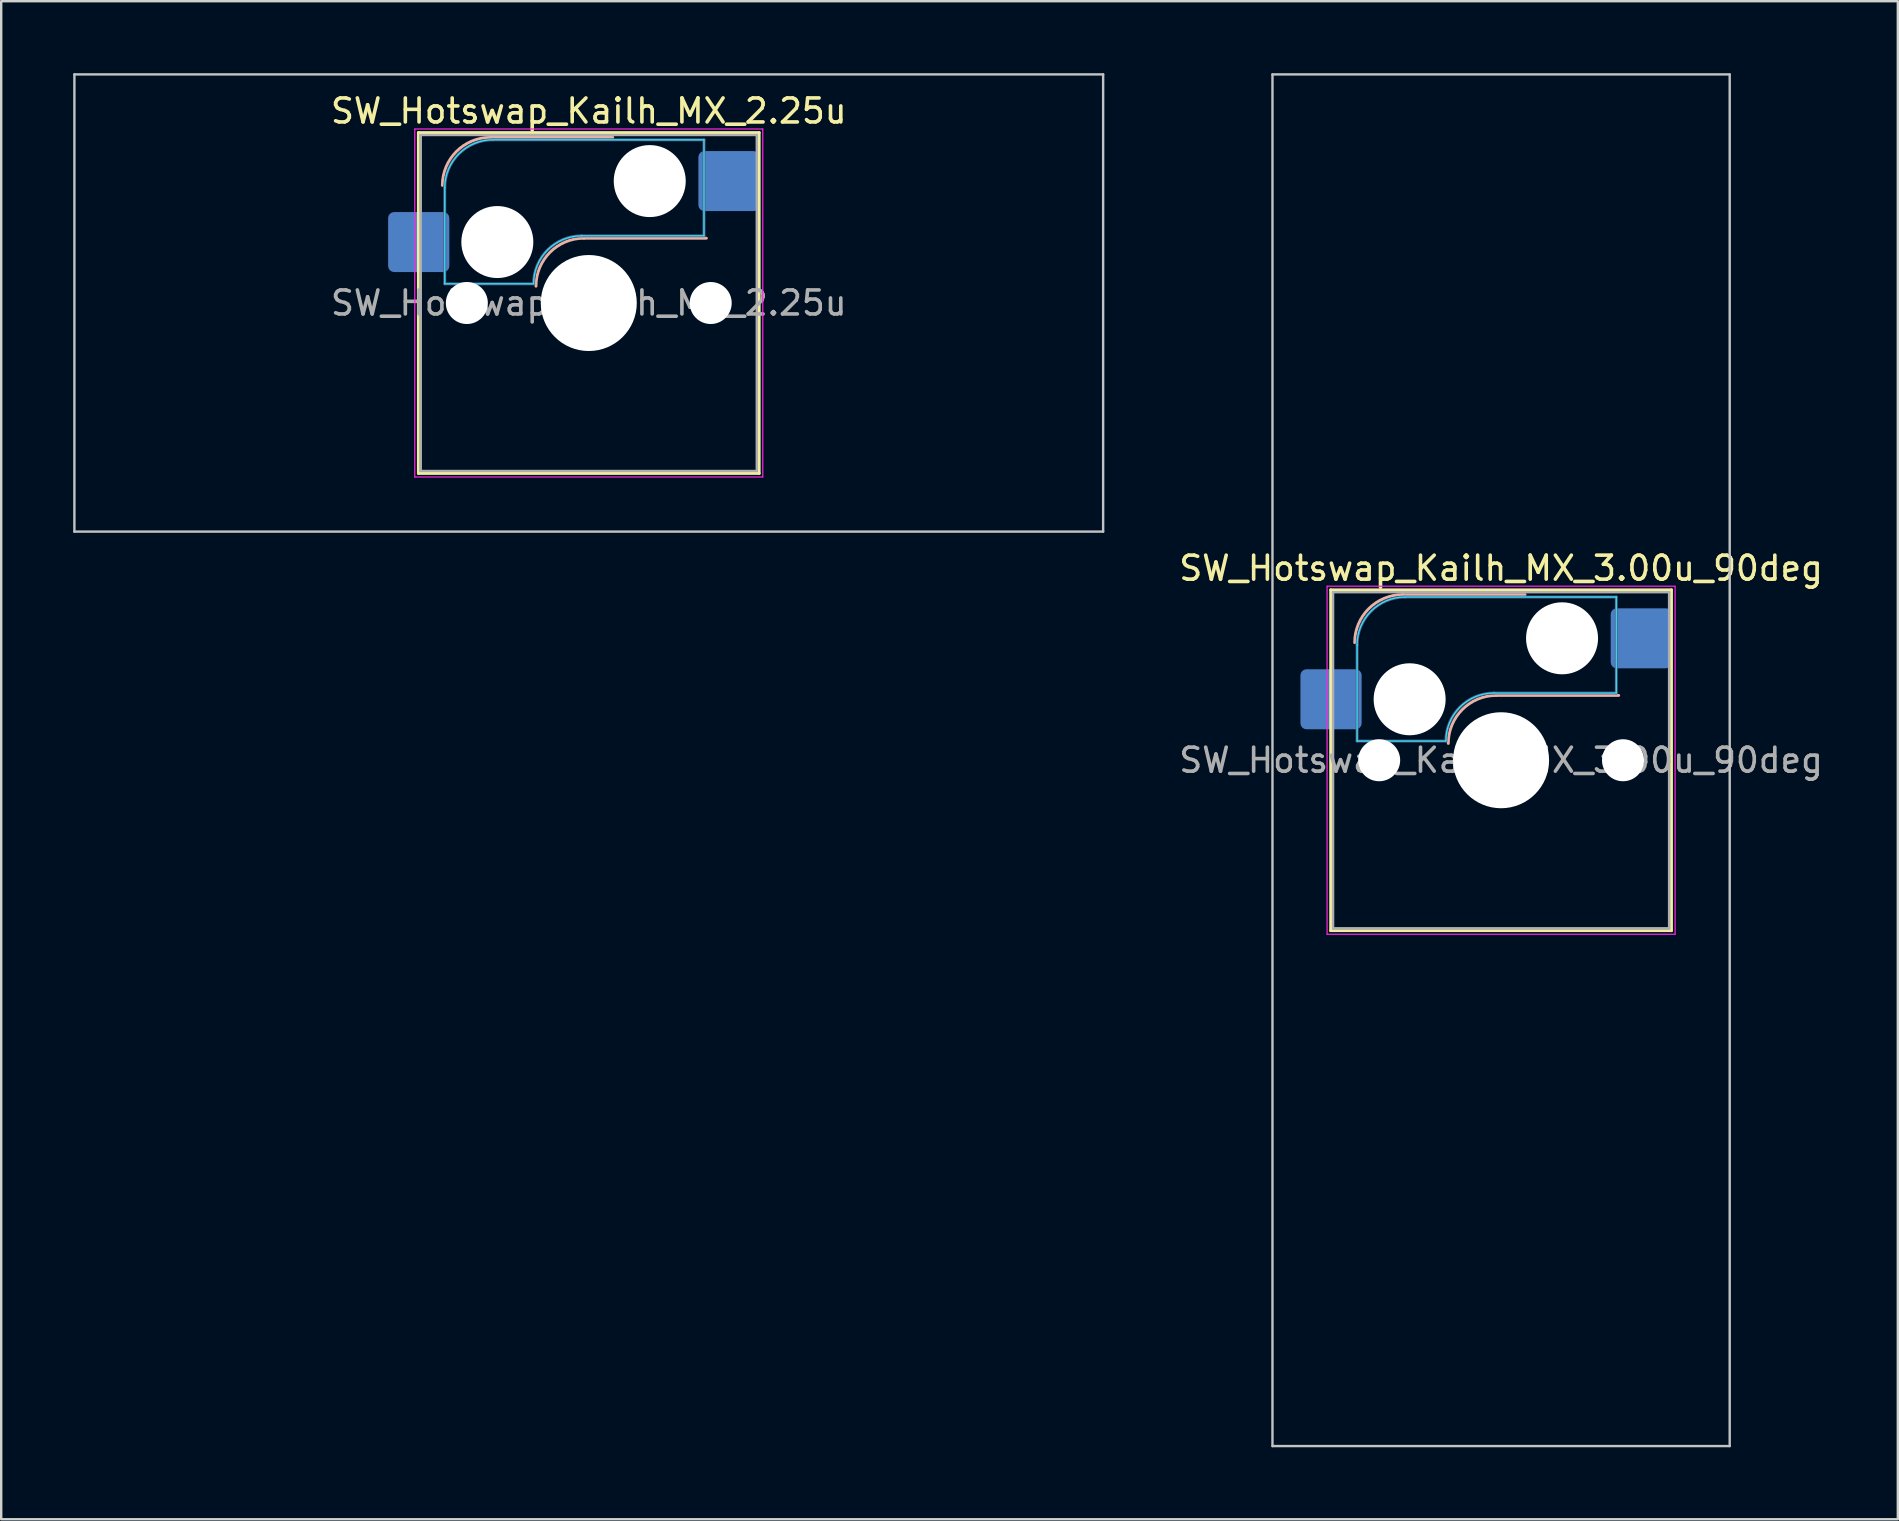
<source format=kicad_pcb>
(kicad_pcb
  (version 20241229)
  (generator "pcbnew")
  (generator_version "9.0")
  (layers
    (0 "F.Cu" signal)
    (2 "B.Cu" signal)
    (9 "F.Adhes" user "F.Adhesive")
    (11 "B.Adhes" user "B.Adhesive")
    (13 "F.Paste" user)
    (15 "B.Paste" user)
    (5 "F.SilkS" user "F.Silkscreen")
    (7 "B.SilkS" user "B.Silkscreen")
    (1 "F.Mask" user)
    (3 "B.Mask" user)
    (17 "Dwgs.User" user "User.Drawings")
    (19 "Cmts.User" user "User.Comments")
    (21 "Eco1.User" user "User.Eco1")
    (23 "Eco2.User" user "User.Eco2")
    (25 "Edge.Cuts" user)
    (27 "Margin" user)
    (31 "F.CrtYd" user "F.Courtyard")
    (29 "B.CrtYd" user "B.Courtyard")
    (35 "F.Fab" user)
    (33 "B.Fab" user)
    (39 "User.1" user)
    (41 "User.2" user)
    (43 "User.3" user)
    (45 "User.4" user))
  (footprint "SW_Hotswap_Kailh_MX_3.00u_90deg"
    (layer "F.Cu")
    (at 59.492 28.625)
    (property "Reference" "SW_Hotswap_Kailh_MX_3.00u_90deg" (at 0 -8 0) (layer "F.SilkS") (effects (font (size 1 1) (thickness 0.15))))
    (attr smd)
    (fp_line (start -7.1 -7.1) (end -7.1 7.1) (stroke (width 0.12) (type solid)) (layer "F.SilkS"))
    (fp_line (start -7.1 7.1) (end 7.1 7.1) (stroke (width 0.12) (type solid)) (layer "F.SilkS"))
    (fp_line (start 7.1 -7.1) (end -7.1 -7.1) (stroke (width 0.12) (type solid)) (layer "F.SilkS"))
    (fp_line (start 7.1 7.1) (end 7.1 -7.1) (stroke (width 0.12) (type solid)) (layer "F.SilkS"))
    (fp_line (start -4.1 -6.9) (end 1 -6.9) (stroke (width 0.12) (type solid)) (layer "B.SilkS"))
    (fp_line (start -0.2 -2.7) (end 4.9 -2.7) (stroke (width 0.12) (type solid)) (layer "B.SilkS"))
    (fp_arc (start -6.1 -4.9) (mid -5.514214 -6.314214) (end -4.1 -6.9) (stroke (width 0.12) (type solid)) (layer "B.SilkS"))
    (fp_arc (start -2.2 -0.7) (mid -1.614214 -2.114214) (end -0.2 -2.7) (stroke (width 0.12) (type solid)) (layer "B.SilkS"))
    (fp_line (start -9.525 -28.575) (end 9.525 -28.575) (stroke (width 0.1) (type solid)) (layer "Dwgs.User"))
    (fp_line (start -9.525 28.575) (end -9.525 -28.575) (stroke (width 0.1) (type solid)) (layer "Dwgs.User"))
    (fp_line (start 9.525 -28.575) (end 9.525 28.575) (stroke (width 0.1) (type solid)) (layer "Dwgs.User"))
    (fp_line (start 9.525 28.575) (end -9.525 28.575) (stroke (width 0.1) (type solid)) (layer "Dwgs.User"))
    (fp_line (start -7.8 -6) (end -7 -6) (stroke (width 0.1) (type solid)) (layer "Eco1.User"))
    (fp_line (start -7.8 -2.9) (end -7.8 -6) (stroke (width 0.1) (type solid)) (layer "Eco1.User"))
    (fp_line (start -7.8 2.9) (end -7 2.9) (stroke (width 0.1) (type solid)) (layer "Eco1.User"))
    (fp_line (start -7.8 6) (end -7.8 2.9) (stroke (width 0.1) (type solid)) (layer "Eco1.User"))
    (fp_line (start -7 -7) (end 7 -7) (stroke (width 0.1) (type solid)) (layer "Eco1.User"))
    (fp_line (start -7 -6) (end -7 -7) (stroke (width 0.1) (type solid)) (layer "Eco1.User"))
    (fp_line (start -7 -2.9) (end -7.8 -2.9) (stroke (width 0.1) (type solid)) (layer "Eco1.User"))
    (fp_line (start -7 2.9) (end -7 -2.9) (stroke (width 0.1) (type solid)) (layer "Eco1.User"))
    (fp_line (start -7 6) (end -7.8 6) (stroke (width 0.1) (type solid)) (layer "Eco1.User"))
    (fp_line (start -7 7) (end -7 6) (stroke (width 0.1) (type solid)) (layer "Eco1.User"))
    (fp_line (start 7 -7) (end 7 -6) (stroke (width 0.1) (type solid)) (layer "Eco1.User"))
    (fp_line (start 7 -6) (end 7.8 -6) (stroke (width 0.1) (type solid)) (layer "Eco1.User"))
    (fp_line (start 7 -2.9) (end 7 2.9) (stroke (width 0.1) (type solid)) (layer "Eco1.User"))
    (fp_line (start 7 2.9) (end 7.8 2.9) (stroke (width 0.1) (type solid)) (layer "Eco1.User"))
    (fp_line (start 7 6) (end 7 7) (stroke (width 0.1) (type solid)) (layer "Eco1.User"))
    (fp_line (start 7 7) (end -7 7) (stroke (width 0.1) (type solid)) (layer "Eco1.User"))
    (fp_line (start 7.8 -6) (end 7.8 -2.9) (stroke (width 0.1) (type solid)) (layer "Eco1.User"))
    (fp_line (start 7.8 -2.9) (end 7 -2.9) (stroke (width 0.1) (type solid)) (layer "Eco1.User"))
    (fp_line (start 7.8 2.9) (end 7.8 6) (stroke (width 0.1) (type solid)) (layer "Eco1.User"))
    (fp_line (start 7.8 6) (end 7 6) (stroke (width 0.1) (type solid)) (layer "Eco1.User"))
    (fp_line (start -6 -0.8) (end -6 -4.8) (stroke (width 0.05) (type solid)) (layer "B.CrtYd"))
    (fp_line (start -6 -0.8) (end -2.3 -0.8) (stroke (width 0.05) (type solid)) (layer "B.CrtYd"))
    (fp_line (start -4 -6.8) (end 4.8 -6.8) (stroke (width 0.05) (type solid)) (layer "B.CrtYd"))
    (fp_line (start -0.3 -2.8) (end 4.8 -2.8) (stroke (width 0.05) (type solid)) (layer "B.CrtYd"))
    (fp_line (start 4.8 -6.8) (end 4.8 -2.8) (stroke (width 0.05) (type solid)) (layer "B.CrtYd"))
    (fp_arc (start -6 -4.8) (mid -5.414214 -6.214214) (end -4 -6.8) (stroke (width 0.05) (type solid)) (layer "B.CrtYd"))
    (fp_arc (start -2.3 -0.8) (mid -1.714214 -2.214214) (end -0.3 -2.8) (stroke (width 0.05) (type solid)) (layer "B.CrtYd"))
    (fp_line (start -7.25 -7.25) (end -7.25 7.25) (stroke (width 0.05) (type solid)) (layer "F.CrtYd"))
    (fp_line (start -7.25 7.25) (end 7.25 7.25) (stroke (width 0.05) (type solid)) (layer "F.CrtYd"))
    (fp_line (start 7.25 -7.25) (end -7.25 -7.25) (stroke (width 0.05) (type solid)) (layer "F.CrtYd"))
    (fp_line (start 7.25 7.25) (end 7.25 -7.25) (stroke (width 0.05) (type solid)) (layer "F.CrtYd"))
    (fp_line (start -6 -0.8) (end -6 -4.8) (stroke (width 0.12) (type solid)) (layer "B.Fab"))
    (fp_line (start -6 -0.8) (end -2.3 -0.8) (stroke (width 0.12) (type solid)) (layer "B.Fab"))
    (fp_line (start -4 -6.8) (end 4.8 -6.8) (stroke (width 0.12) (type solid)) (layer "B.Fab"))
    (fp_line (start -0.3 -2.8) (end 4.8 -2.8) (stroke (width 0.12) (type solid)) (layer "B.Fab"))
    (fp_line (start 4.8 -6.8) (end 4.8 -2.8) (stroke (width 0.12) (type solid)) (layer "B.Fab"))
    (fp_arc (start -6 -4.8) (mid -5.414214 -6.214214) (end -4 -6.8) (stroke (width 0.12) (type solid)) (layer "B.Fab"))
    (fp_arc (start -2.3 -0.8) (mid -1.714214 -2.214214) (end -0.3 -2.8) (stroke (width 0.12) (type solid)) (layer "B.Fab"))
    (fp_line (start -7 -7) (end -7 7) (stroke (width 0.1) (type solid)) (layer "F.Fab"))
    (fp_line (start -7 7) (end 7 7) (stroke (width 0.1) (type solid)) (layer "F.Fab"))
    (fp_line (start 7 -7) (end -7 -7) (stroke (width 0.1) (type solid)) (layer "F.Fab"))
    (fp_line (start 7 7) (end 7 -7) (stroke (width 0.1) (type solid)) (layer "F.Fab"))
    (fp_text user "${REFERENCE}" (at 0 0 0) (layer "F.Fab") (effects (font (size 1 1) (thickness 0.15))))
    (pad "" np_thru_hole circle (at -5.08 0) (size 1.75 1.75) (drill 1.75) (layers "*.Cu" "*.Mask"))
    (pad "" np_thru_hole circle (at -3.81 -2.54) (size 3 3) (drill 3) (layers "*.Cu" "*.Mask"))
    (pad "" np_thru_hole circle (at 0 0) (size 4 4) (drill 4) (layers "*.Cu" "*.Mask"))
    (pad "" np_thru_hole circle (at 2.54 -5.08) (size 3 3) (drill 3) (layers "*.Cu" "*.Mask"))
    (pad "" np_thru_hole circle (at 5.08 0) (size 1.75 1.75) (drill 1.75) (layers "*.Cu" "*.Mask"))
    (pad "1" smd roundrect (at -7.085 -2.54) (size 2.55 2.5) (layers "B.Cu" "B.Mask" "B.Paste") (roundrect_rratio 0.1))
    (pad "2" smd roundrect (at 5.842 -5.08) (size 2.55 2.5) (layers "B.Cu" "B.Mask" "B.Paste") (roundrect_rratio 0.1)))
  (footprint "SW_Hotswap_Kailh_MX_2.25u"
    (layer "F.Cu")
    (at 21.481 9.575)
    (property "Reference" "SW_Hotswap_Kailh_MX_2.25u" (at 0 -8 0) (layer "F.SilkS") (effects (font (size 1 1) (thickness 0.15))))
    (attr smd)
    (fp_line (start -7.1 -7.1) (end -7.1 7.1) (stroke (width 0.12) (type solid)) (layer "F.SilkS"))
    (fp_line (start -7.1 7.1) (end 7.1 7.1) (stroke (width 0.12) (type solid)) (layer "F.SilkS"))
    (fp_line (start 7.1 -7.1) (end -7.1 -7.1) (stroke (width 0.12) (type solid)) (layer "F.SilkS"))
    (fp_line (start 7.1 7.1) (end 7.1 -7.1) (stroke (width 0.12) (type solid)) (layer "F.SilkS"))
    (fp_line (start -4.1 -6.9) (end 1 -6.9) (stroke (width 0.12) (type solid)) (layer "B.SilkS"))
    (fp_line (start -0.2 -2.7) (end 4.9 -2.7) (stroke (width 0.12) (type solid)) (layer "B.SilkS"))
    (fp_arc (start -6.1 -4.9) (mid -5.514214 -6.314214) (end -4.1 -6.9) (stroke (width 0.12) (type solid)) (layer "B.SilkS"))
    (fp_arc (start -2.2 -0.7) (mid -1.614214 -2.114214) (end -0.2 -2.7) (stroke (width 0.12) (type solid)) (layer "B.SilkS"))
    (fp_line (start -21.431 -9.525) (end -21.431 9.525) (stroke (width 0.1) (type solid)) (layer "Dwgs.User"))
    (fp_line (start -21.431 9.525) (end 21.431 9.525) (stroke (width 0.1) (type solid)) (layer "Dwgs.User"))
    (fp_line (start 21.431 -9.525) (end -21.431 -9.525) (stroke (width 0.1) (type solid)) (layer "Dwgs.User"))
    (fp_line (start 21.431 9.525) (end 21.431 -9.525) (stroke (width 0.1) (type solid)) (layer "Dwgs.User"))
    (fp_line (start -7.8 -6) (end -7 -6) (stroke (width 0.1) (type solid)) (layer "Eco1.User"))
    (fp_line (start -7.8 -2.9) (end -7.8 -6) (stroke (width 0.1) (type solid)) (layer "Eco1.User"))
    (fp_line (start -7.8 2.9) (end -7 2.9) (stroke (width 0.1) (type solid)) (layer "Eco1.User"))
    (fp_line (start -7.8 6) (end -7.8 2.9) (stroke (width 0.1) (type solid)) (layer "Eco1.User"))
    (fp_line (start -7 -7) (end 7 -7) (stroke (width 0.1) (type solid)) (layer "Eco1.User"))
    (fp_line (start -7 -6) (end -7 -7) (stroke (width 0.1) (type solid)) (layer "Eco1.User"))
    (fp_line (start -7 -2.9) (end -7.8 -2.9) (stroke (width 0.1) (type solid)) (layer "Eco1.User"))
    (fp_line (start -7 2.9) (end -7 -2.9) (stroke (width 0.1) (type solid)) (layer "Eco1.User"))
    (fp_line (start -7 6) (end -7.8 6) (stroke (width 0.1) (type solid)) (layer "Eco1.User"))
    (fp_line (start -7 7) (end -7 6) (stroke (width 0.1) (type solid)) (layer "Eco1.User"))
    (fp_line (start 7 -7) (end 7 -6) (stroke (width 0.1) (type solid)) (layer "Eco1.User"))
    (fp_line (start 7 -6) (end 7.8 -6) (stroke (width 0.1) (type solid)) (layer "Eco1.User"))
    (fp_line (start 7 -2.9) (end 7 2.9) (stroke (width 0.1) (type solid)) (layer "Eco1.User"))
    (fp_line (start 7 2.9) (end 7.8 2.9) (stroke (width 0.1) (type solid)) (layer "Eco1.User"))
    (fp_line (start 7 6) (end 7 7) (stroke (width 0.1) (type solid)) (layer "Eco1.User"))
    (fp_line (start 7 7) (end -7 7) (stroke (width 0.1) (type solid)) (layer "Eco1.User"))
    (fp_line (start 7.8 -6) (end 7.8 -2.9) (stroke (width 0.1) (type solid)) (layer "Eco1.User"))
    (fp_line (start 7.8 -2.9) (end 7 -2.9) (stroke (width 0.1) (type solid)) (layer "Eco1.User"))
    (fp_line (start 7.8 2.9) (end 7.8 6) (stroke (width 0.1) (type solid)) (layer "Eco1.User"))
    (fp_line (start 7.8 6) (end 7 6) (stroke (width 0.1) (type solid)) (layer "Eco1.User"))
    (fp_line (start -6 -0.8) (end -6 -4.8) (stroke (width 0.05) (type solid)) (layer "B.CrtYd"))
    (fp_line (start -6 -0.8) (end -2.3 -0.8) (stroke (width 0.05) (type solid)) (layer "B.CrtYd"))
    (fp_line (start -4 -6.8) (end 4.8 -6.8) (stroke (width 0.05) (type solid)) (layer "B.CrtYd"))
    (fp_line (start -0.3 -2.8) (end 4.8 -2.8) (stroke (width 0.05) (type solid)) (layer "B.CrtYd"))
    (fp_line (start 4.8 -6.8) (end 4.8 -2.8) (stroke (width 0.05) (type solid)) (layer "B.CrtYd"))
    (fp_arc (start -6 -4.8) (mid -5.414214 -6.214214) (end -4 -6.8) (stroke (width 0.05) (type solid)) (layer "B.CrtYd"))
    (fp_arc (start -2.3 -0.8) (mid -1.714214 -2.214214) (end -0.3 -2.8) (stroke (width 0.05) (type solid)) (layer "B.CrtYd"))
    (fp_line (start -7.25 -7.25) (end -7.25 7.25) (stroke (width 0.05) (type solid)) (layer "F.CrtYd"))
    (fp_line (start -7.25 7.25) (end 7.25 7.25) (stroke (width 0.05) (type solid)) (layer "F.CrtYd"))
    (fp_line (start 7.25 -7.25) (end -7.25 -7.25) (stroke (width 0.05) (type solid)) (layer "F.CrtYd"))
    (fp_line (start 7.25 7.25) (end 7.25 -7.25) (stroke (width 0.05) (type solid)) (layer "F.CrtYd"))
    (fp_line (start -6 -0.8) (end -6 -4.8) (stroke (width 0.12) (type solid)) (layer "B.Fab"))
    (fp_line (start -6 -0.8) (end -2.3 -0.8) (stroke (width 0.12) (type solid)) (layer "B.Fab"))
    (fp_line (start -4 -6.8) (end 4.8 -6.8) (stroke (width 0.12) (type solid)) (layer "B.Fab"))
    (fp_line (start -0.3 -2.8) (end 4.8 -2.8) (stroke (width 0.12) (type solid)) (layer "B.Fab"))
    (fp_line (start 4.8 -6.8) (end 4.8 -2.8) (stroke (width 0.12) (type solid)) (layer "B.Fab"))
    (fp_arc (start -6 -4.8) (mid -5.414214 -6.214214) (end -4 -6.8) (stroke (width 0.12) (type solid)) (layer "B.Fab"))
    (fp_arc (start -2.3 -0.8) (mid -1.714214 -2.214214) (end -0.3 -2.8) (stroke (width 0.12) (type solid)) (layer "B.Fab"))
    (fp_line (start -7 -7) (end -7 7) (stroke (width 0.1) (type solid)) (layer "F.Fab"))
    (fp_line (start -7 7) (end 7 7) (stroke (width 0.1) (type solid)) (layer "F.Fab"))
    (fp_line (start 7 -7) (end -7 -7) (stroke (width 0.1) (type solid)) (layer "F.Fab"))
    (fp_line (start 7 7) (end 7 -7) (stroke (width 0.1) (type solid)) (layer "F.Fab"))
    (fp_text user "${REFERENCE}" (at 0 0 0) (layer "F.Fab") (effects (font (size 1 1) (thickness 0.15))))
    (pad "" np_thru_hole circle (at -5.08 0) (size 1.75 1.75) (drill 1.75) (layers "*.Cu" "*.Mask"))
    (pad "" np_thru_hole circle (at -3.81 -2.54) (size 3 3) (drill 3) (layers "*.Cu" "*.Mask"))
    (pad "" np_thru_hole circle (at 0 0) (size 4 4) (drill 4) (layers "*.Cu" "*.Mask"))
    (pad "" np_thru_hole circle (at 2.54 -5.08) (size 3 3) (drill 3) (layers "*.Cu" "*.Mask"))
    (pad "" np_thru_hole circle (at 5.08 0) (size 1.75 1.75) (drill 1.75) (layers "*.Cu" "*.Mask"))
    (pad "1" smd roundrect (at -7.085 -2.54) (size 2.55 2.5) (layers "B.Cu" "B.Mask" "B.Paste") (roundrect_rratio 0.1))
    (pad "2" smd roundrect (at 5.842 -5.08) (size 2.55 2.5) (layers "B.Cu" "B.Mask" "B.Paste") (roundrect_rratio 0.1)))
  (gr_rect
    (start -3 -3)
    (end 76.022 60.25)
    (stroke (width 0.1) (type default))
    (fill no)
    (layer "Edge.Cuts")))
</source>
